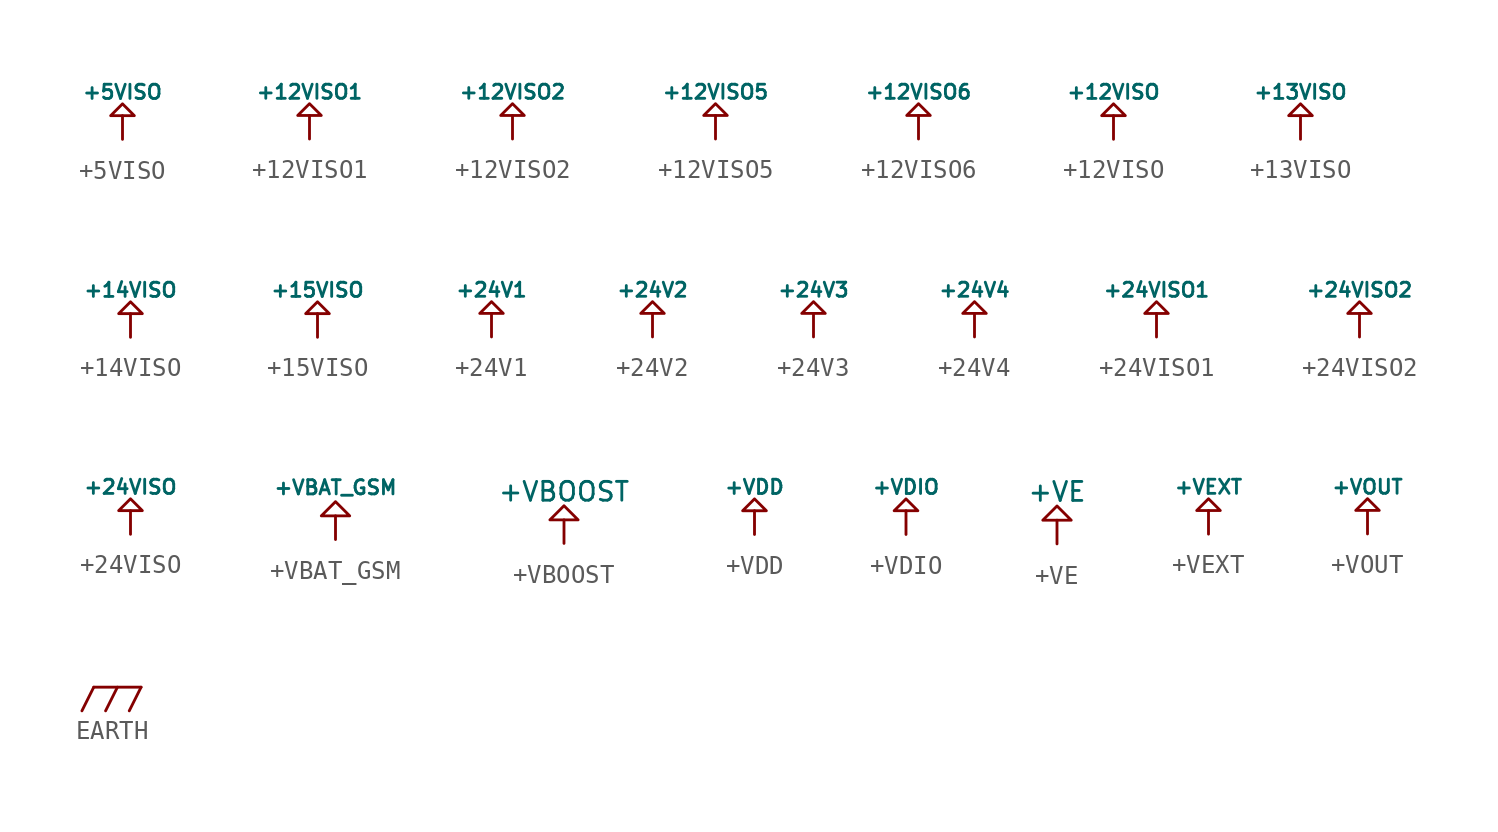
<source format=kicad_sym>
(kicad_symbol_lib
  (version 20201005)
  (generator kicad_symbol_editor)
  (symbol "+5VISO"
    (power)
    (pin_names
      (offset 0))
    (property "Reference" "#PWR"
      (at 0 -1.905 0)
      (effects (font (size 0.762 0.762)) hide))
    (property "Value" "+5VISO"
      (at 0 2.54 0)
      (effects (font (size 0.762 0.762))))
    (property "Footprint" ""
      (at 0 0 0)
      (effects (font (size 1.524 1.524))))
    (property "Datasheet" ""
      (at 0 0 0)
      (effects (font (size 1.524 1.524))))
    (symbol "+5VISO_0_0"
      (pin power_in line (at 0 0 180) (length 0) hide (name "+5VISO" (effects (font (size 0.762 0.762)))) (number "1" (effects (font (size 0.762 0.762))))))
    (symbol "+5VISO_0_1"
      (polyline (pts (xy 0 1.27) (xy 0 0)) (stroke (width 0)) (fill (type none)))
      (polyline (pts (xy 0 1.27) (xy -0.635 1.27) (xy 0 1.905) (xy 0.635 1.27) (xy 0 1.27)) (stroke (width 0)) (fill (type none)))))
  (symbol "+12VISO1"
    (power)
    (pin_names
      (offset 0))
    (property "Reference" "#PWR"
      (at 0 -1.905 0)
      (effects (font (size 0.762 0.762)) hide))
    (property "Value" "+12VISO1"
      (at 0 2.54 0)
      (effects (font (size 0.762 0.762))))
    (property "Footprint" ""
      (at 0 0 0)
      (effects (font (size 1.524 1.524))))
    (property "Datasheet" ""
      (at 0 0 0)
      (effects (font (size 1.524 1.524))))
    (symbol "+12VISO1_0_0"
      (pin power_in line (at 0 0 180) (length 0) hide (name "+12VISO1" (effects (font (size 0.762 0.762)))) (number "1" (effects (font (size 0.762 0.762))))))
    (symbol "+12VISO1_0_1"
      (polyline (pts (xy 0 1.27) (xy 0 0)) (stroke (width 0)) (fill (type none)))
      (polyline (pts (xy 0 1.27) (xy -0.635 1.27) (xy 0 1.905) (xy 0.635 1.27) (xy 0 1.27)) (stroke (width 0)) (fill (type none)))))
  (symbol "+12VISO2"
    (power)
    (pin_names
      (offset 0))
    (property "Reference" "#PWR"
      (at 0 -1.905 0)
      (effects (font (size 0.762 0.762)) hide))
    (property "Value" "+12VISO2"
      (at 0 2.54 0)
      (effects (font (size 0.762 0.762))))
    (property "Footprint" ""
      (at 0 0 0)
      (effects (font (size 1.524 1.524))))
    (property "Datasheet" ""
      (at 0 0 0)
      (effects (font (size 1.524 1.524))))
    (symbol "+12VISO2_0_0"
      (pin power_in line (at 0 0 180) (length 0) hide (name "+12VISO2" (effects (font (size 0.762 0.762)))) (number "1" (effects (font (size 0.762 0.762))))))
    (symbol "+12VISO2_0_1"
      (polyline (pts (xy 0 1.27) (xy 0 0)) (stroke (width 0)) (fill (type none)))
      (polyline (pts (xy 0 1.27) (xy -0.635 1.27) (xy 0 1.905) (xy 0.635 1.27) (xy 0 1.27)) (stroke (width 0)) (fill (type none)))))
  (symbol "+12VISO5"
    (power)
    (pin_names
      (offset 0))
    (property "Reference" "#PWR"
      (at 0 -1.905 0)
      (effects (font (size 0.762 0.762)) hide))
    (property "Value" "+12VISO5"
      (at 0 2.54 0)
      (effects (font (size 0.762 0.762))))
    (property "Footprint" ""
      (at 0 0 0)
      (effects (font (size 1.524 1.524))))
    (property "Datasheet" ""
      (at 0 0 0)
      (effects (font (size 1.524 1.524))))
    (symbol "+12VISO5_0_0"
      (pin power_in line (at 0 0 180) (length 0) hide (name "+12VISO5" (effects (font (size 0.762 0.762)))) (number "1" (effects (font (size 0.762 0.762))))))
    (symbol "+12VISO5_0_1"
      (polyline (pts (xy 0 1.27) (xy 0 0)) (stroke (width 0)) (fill (type none)))
      (polyline (pts (xy 0 1.27) (xy -0.635 1.27) (xy 0 1.905) (xy 0.635 1.27) (xy 0 1.27)) (stroke (width 0)) (fill (type none)))))
  (symbol "+12VISO6"
    (power)
    (pin_names
      (offset 0))
    (property "Reference" "#PWR"
      (at 0 -1.905 0)
      (effects (font (size 0.762 0.762)) hide))
    (property "Value" "+12VISO6"
      (at 0 2.54 0)
      (effects (font (size 0.762 0.762))))
    (property "Footprint" ""
      (at 0 0 0)
      (effects (font (size 1.524 1.524))))
    (property "Datasheet" ""
      (at 0 0 0)
      (effects (font (size 1.524 1.524))))
    (symbol "+12VISO6_0_0"
      (pin power_in line (at 0 0 180) (length 0) hide (name "+12VISO6" (effects (font (size 0.762 0.762)))) (number "1" (effects (font (size 0.762 0.762))))))
    (symbol "+12VISO6_0_1"
      (polyline (pts (xy 0 1.27) (xy 0 0)) (stroke (width 0)) (fill (type none)))
      (polyline (pts (xy 0 1.27) (xy -0.635 1.27) (xy 0 1.905) (xy 0.635 1.27) (xy 0 1.27)) (stroke (width 0)) (fill (type none)))))
  (symbol "+12VISO"
    (power)
    (pin_names
      (offset 0))
    (property "Reference" "#PWR"
      (at 0 -1.905 0)
      (effects (font (size 0.762 0.762)) hide))
    (property "Value" "+12VISO"
      (at 0 2.54 0)
      (effects (font (size 0.762 0.762))))
    (property "Footprint" ""
      (at 0 0 0)
      (effects (font (size 1.524 1.524))))
    (property "Datasheet" ""
      (at 0 0 0)
      (effects (font (size 1.524 1.524))))
    (symbol "+12VISO_0_0"
      (pin power_in line (at 0 0 180) (length 0) hide (name "+12VISO" (effects (font (size 0.762 0.762)))) (number "1" (effects (font (size 0.762 0.762))))))
    (symbol "+12VISO_0_1"
      (polyline (pts (xy 0 1.27) (xy 0 0)) (stroke (width 0)) (fill (type none)))
      (polyline (pts (xy 0 1.27) (xy -0.635 1.27) (xy 0 1.905) (xy 0.635 1.27) (xy 0 1.27)) (stroke (width 0)) (fill (type none)))))
  (symbol "+13VISO"
    (power)
    (pin_names
      (offset 0))
    (property "Reference" "#PWR"
      (at 0 -1.905 0)
      (effects (font (size 0.762 0.762)) hide))
    (property "Value" "+13VISO"
      (at 0 2.54 0)
      (effects (font (size 0.762 0.762))))
    (property "Footprint" ""
      (at 0 0 0)
      (effects (font (size 1.524 1.524))))
    (property "Datasheet" ""
      (at 0 0 0)
      (effects (font (size 1.524 1.524))))
    (symbol "+13VISO_0_0"
      (pin power_in line (at 0 0 180) (length 0) hide (name "+13VISO" (effects (font (size 0.762 0.762)))) (number "1" (effects (font (size 0.762 0.762))))))
    (symbol "+13VISO_0_1"
      (polyline (pts (xy 0 1.27) (xy 0 0)) (stroke (width 0)) (fill (type none)))
      (polyline (pts (xy 0 1.27) (xy -0.635 1.27) (xy 0 1.905) (xy 0.635 1.27) (xy 0 1.27)) (stroke (width 0)) (fill (type none)))))
  (symbol "+14VISO"
    (power)
    (pin_names
      (offset 0))
    (property "Reference" "#PWR"
      (at 0 -1.905 0)
      (effects (font (size 0.762 0.762)) hide))
    (property "Value" "+14VISO"
      (at 0 2.54 0)
      (effects (font (size 0.762 0.762))))
    (property "Footprint" ""
      (at 0 0 0)
      (effects (font (size 1.524 1.524))))
    (property "Datasheet" ""
      (at 0 0 0)
      (effects (font (size 1.524 1.524))))
    (symbol "+14VISO_0_0"
      (pin power_in line (at 0 0 180) (length 0) hide (name "+14VISO" (effects (font (size 0.762 0.762)))) (number "1" (effects (font (size 0.762 0.762))))))
    (symbol "+14VISO_0_1"
      (polyline (pts (xy 0 1.27) (xy 0 0)) (stroke (width 0)) (fill (type none)))
      (polyline (pts (xy 0 1.27) (xy -0.635 1.27) (xy 0 1.905) (xy 0.635 1.27) (xy 0 1.27)) (stroke (width 0)) (fill (type none)))))
  (symbol "+15VISO"
    (power)
    (pin_names
      (offset 0))
    (property "Reference" "#PWR"
      (at 0 -1.905 0)
      (effects (font (size 0.762 0.762)) hide))
    (property "Value" "+15VISO"
      (at 0 2.54 0)
      (effects (font (size 0.762 0.762))))
    (property "Footprint" ""
      (at 0 0 0)
      (effects (font (size 1.524 1.524))))
    (property "Datasheet" ""
      (at 0 0 0)
      (effects (font (size 1.524 1.524))))
    (symbol "+15VISO_0_0"
      (pin power_in line (at 0 0 180) (length 0) hide (name "+15VISO" (effects (font (size 0.762 0.762)))) (number "1" (effects (font (size 0.762 0.762))))))
    (symbol "+15VISO_0_1"
      (polyline (pts (xy 0 1.27) (xy 0 0)) (stroke (width 0)) (fill (type none)))
      (polyline (pts (xy 0 1.27) (xy -0.635 1.27) (xy 0 1.905) (xy 0.635 1.27) (xy 0 1.27)) (stroke (width 0)) (fill (type none)))))
  (symbol "+24V1"
    (power)
    (pin_names
      (offset 0))
    (property "Reference" "#PWR"
      (at 0 -1.905 0)
      (effects (font (size 0.762 0.762)) hide))
    (property "Value" "+24V1"
      (at 0 2.54 0)
      (effects (font (size 0.762 0.762))))
    (property "Footprint" ""
      (at 0 0 0)
      (effects (font (size 1.524 1.524))))
    (property "Datasheet" ""
      (at 0 0 0)
      (effects (font (size 1.524 1.524))))
    (symbol "+24V1_0_0"
      (pin power_in line (at 0 0 180) (length 0) hide (name "+24V1" (effects (font (size 0.762 0.762)))) (number "1" (effects (font (size 0.762 0.762))))))
    (symbol "+24V1_0_1"
      (polyline (pts (xy 0 1.27) (xy 0 0)) (stroke (width 0)) (fill (type none)))
      (polyline (pts (xy 0 1.27) (xy -0.635 1.27) (xy 0 1.905) (xy 0.635 1.27) (xy 0 1.27)) (stroke (width 0)) (fill (type none)))))
  (symbol "+24V2"
    (power)
    (pin_names
      (offset 0))
    (property "Reference" "#PWR"
      (at 0 -1.905 0)
      (effects (font (size 0.762 0.762)) hide))
    (property "Value" "+24V2"
      (at 0 2.54 0)
      (effects (font (size 0.762 0.762))))
    (property "Footprint" ""
      (at 0 0 0)
      (effects (font (size 1.524 1.524))))
    (property "Datasheet" ""
      (at 0 0 0)
      (effects (font (size 1.524 1.524))))
    (symbol "+24V2_0_0"
      (pin power_in line (at 0 0 180) (length 0) hide (name "+24V2" (effects (font (size 0.762 0.762)))) (number "1" (effects (font (size 0.762 0.762))))))
    (symbol "+24V2_0_1"
      (polyline (pts (xy 0 1.27) (xy 0 0)) (stroke (width 0)) (fill (type none)))
      (polyline (pts (xy 0 1.27) (xy -0.635 1.27) (xy 0 1.905) (xy 0.635 1.27) (xy 0 1.27)) (stroke (width 0)) (fill (type none)))))
  (symbol "+24V3"
    (power)
    (pin_names
      (offset 0))
    (property "Reference" "#PWR"
      (at 0 -1.905 0)
      (effects (font (size 0.762 0.762)) hide))
    (property "Value" "+24V3"
      (at 0 2.54 0)
      (effects (font (size 0.762 0.762))))
    (property "Footprint" ""
      (at 0 0 0)
      (effects (font (size 1.524 1.524))))
    (property "Datasheet" ""
      (at 0 0 0)
      (effects (font (size 1.524 1.524))))
    (symbol "+24V3_0_0"
      (pin power_in line (at 0 0 180) (length 0) hide (name "+24V3" (effects (font (size 0.762 0.762)))) (number "1" (effects (font (size 0.762 0.762))))))
    (symbol "+24V3_0_1"
      (polyline (pts (xy 0 1.27) (xy 0 0)) (stroke (width 0)) (fill (type none)))
      (polyline (pts (xy 0 1.27) (xy -0.635 1.27) (xy 0 1.905) (xy 0.635 1.27) (xy 0 1.27)) (stroke (width 0)) (fill (type none)))))
  (symbol "+24V4"
    (power)
    (pin_names
      (offset 0))
    (property "Reference" "#PWR"
      (at 0 -1.905 0)
      (effects (font (size 0.762 0.762)) hide))
    (property "Value" "+24V4"
      (at 0 2.54 0)
      (effects (font (size 0.762 0.762))))
    (property "Footprint" ""
      (at 0 0 0)
      (effects (font (size 1.524 1.524))))
    (property "Datasheet" ""
      (at 0 0 0)
      (effects (font (size 1.524 1.524))))
    (symbol "+24V4_0_0"
      (pin power_in line (at 0 0 180) (length 0) hide (name "+24V4" (effects (font (size 0.762 0.762)))) (number "1" (effects (font (size 0.762 0.762))))))
    (symbol "+24V4_0_1"
      (polyline (pts (xy 0 1.27) (xy 0 0)) (stroke (width 0)) (fill (type none)))
      (polyline (pts (xy 0 1.27) (xy -0.635 1.27) (xy 0 1.905) (xy 0.635 1.27) (xy 0 1.27)) (stroke (width 0)) (fill (type none)))))
  (symbol "+24VISO1"
    (power)
    (pin_names
      (offset 0))
    (property "Reference" "#PWR"
      (at 0 -1.905 0)
      (effects (font (size 0.762 0.762)) hide))
    (property "Value" "+24VISO1"
      (at 0 2.54 0)
      (effects (font (size 0.762 0.762))))
    (property "Footprint" ""
      (at 0 0 0)
      (effects (font (size 1.524 1.524))))
    (property "Datasheet" ""
      (at 0 0 0)
      (effects (font (size 1.524 1.524))))
    (symbol "+24VISO1_0_0"
      (pin power_in line (at 0 0 180) (length 0) hide (name "+24VISO1" (effects (font (size 0.762 0.762)))) (number "1" (effects (font (size 0.762 0.762))))))
    (symbol "+24VISO1_0_1"
      (polyline (pts (xy 0 1.27) (xy 0 0)) (stroke (width 0)) (fill (type none)))
      (polyline (pts (xy 0 1.27) (xy -0.635 1.27) (xy 0 1.905) (xy 0.635 1.27) (xy 0 1.27)) (stroke (width 0)) (fill (type none)))))
  (symbol "+24VISO2"
    (power)
    (pin_names
      (offset 0))
    (property "Reference" "#PWR"
      (at 0 -1.905 0)
      (effects (font (size 0.762 0.762)) hide))
    (property "Value" "+24VISO2"
      (at 0 2.54 0)
      (effects (font (size 0.762 0.762))))
    (property "Footprint" ""
      (at 0 0 0)
      (effects (font (size 1.524 1.524))))
    (property "Datasheet" ""
      (at 0 0 0)
      (effects (font (size 1.524 1.524))))
    (symbol "+24VISO2_0_0"
      (pin power_in line (at 0 0 180) (length 0) hide (name "+24VISO2" (effects (font (size 0.762 0.762)))) (number "1" (effects (font (size 0.762 0.762))))))
    (symbol "+24VISO2_0_1"
      (polyline (pts (xy 0 1.27) (xy 0 0)) (stroke (width 0)) (fill (type none)))
      (polyline (pts (xy 0 1.27) (xy -0.635 1.27) (xy 0 1.905) (xy 0.635 1.27) (xy 0 1.27)) (stroke (width 0)) (fill (type none)))))
  (symbol "+24VISO"
    (power)
    (pin_names
      (offset 0))
    (property "Reference" "#PWR"
      (at 0 -1.905 0)
      (effects (font (size 0.762 0.762)) hide))
    (property "Value" "+24VISO"
      (at 0 2.54 0)
      (effects (font (size 0.762 0.762))))
    (property "Footprint" ""
      (at 0 0 0)
      (effects (font (size 1.524 1.524))))
    (property "Datasheet" ""
      (at 0 0 0)
      (effects (font (size 1.524 1.524))))
    (symbol "+24VISO_0_0"
      (pin power_in line (at 0 0 180) (length 0) hide (name "+24VISO" (effects (font (size 0.762 0.762)))) (number "1" (effects (font (size 0.762 0.762))))))
    (symbol "+24VISO_0_1"
      (polyline (pts (xy 0 1.27) (xy 0 0)) (stroke (width 0)) (fill (type none)))
      (polyline (pts (xy 0 1.27) (xy -0.635 1.27) (xy 0 1.905) (xy 0.635 1.27) (xy 0 1.27)) (stroke (width 0)) (fill (type none)))))
  (symbol "+VBAT_GSM"
    (power)
    (pin_names
      (offset 0))
    (property "Reference" "#PWR"
      (at 0 -1.905 0)
      (effects (font (size 0.762 0.762)) hide))
    (property "Value" "+VBAT_GSM"
      (at 0 2.794 0)
      (effects (font (size 0.762 0.762))))
    (property "Footprint" ""
      (at 0 0 0)
      (effects (font (size 1.524 1.524))))
    (property "Datasheet" ""
      (at 0 0 0)
      (effects (font (size 1.524 1.524))))
    (symbol "+VBAT_GSM_0_0"
      (pin power_in line (at 0 0 180) (length 0) hide (name "+VBAT_GSM" (effects (font (size 0.762 0.762)))) (number "1" (effects (font (size 0.762 0.762))))))
    (symbol "+VBAT_GSM_0_1"
      (polyline (pts (xy 0 1.27) (xy 0 0)) (stroke (width 0)) (fill (type none)))
      (polyline (pts (xy 0 1.27) (xy -0.762 1.27) (xy 0 2.032) (xy 0.762 1.27) (xy 0 1.27)) (stroke (width 0)) (fill (type none)))))
  (symbol "+VBOOST"
    (power)
    (pin_names
      (offset 0))
    (property "Reference" "#PWR"
      (at 0 -1.905 0)
      (effects (font (size 0.762 0.762)) hide))
    (property "Value" "+VBOOST"
      (at 0 2.794 0)
      (effects (font (size 1.016 1.016))))
    (property "Footprint" ""
      (at 0 0 0)
      (effects (font (size 1.524 1.524))))
    (property "Datasheet" ""
      (at 0 0 0)
      (effects (font (size 1.524 1.524))))
    (symbol "+VBOOST_0_0"
      (pin power_in line (at 0 0 180) (length 0) hide (name "+VBOOST" (effects (font (size 0.762 0.762)))) (number "1" (effects (font (size 0.762 0.762))))))
    (symbol "+VBOOST_0_1"
      (polyline (pts (xy 0 1.27) (xy 0 0)) (stroke (width 0)) (fill (type none)))
      (polyline (pts (xy 0 1.27) (xy -0.762 1.27) (xy 0 2.032) (xy 0.762 1.27) (xy 0 1.27)) (stroke (width 0)) (fill (type none)))))
  (symbol "+VDD"
    (power)
    (pin_names
      (offset 0))
    (property "Reference" "#PWR"
      (at 0 -1.905 0)
      (effects (font (size 0.762 0.762)) hide))
    (property "Value" "+VDD"
      (at 0 2.54 0)
      (effects (font (size 0.762 0.762))))
    (property "Footprint" ""
      (at 0 0 0)
      (effects (font (size 1.524 1.524))))
    (property "Datasheet" ""
      (at 0 0 0)
      (effects (font (size 1.524 1.524))))
    (symbol "+VDD_0_0"
      (pin power_in line (at 0 0 180) (length 0) hide (name "+VDD" (effects (font (size 0.762 0.762)))) (number "1" (effects (font (size 0.762 0.762))))))
    (symbol "+VDD_0_1"
      (polyline (pts (xy 0 1.27) (xy 0 0)) (stroke (width 0)) (fill (type none)))
      (polyline (pts (xy 0 1.27) (xy -0.635 1.27) (xy 0 1.905) (xy 0.635 1.27) (xy 0 1.27)) (stroke (width 0)) (fill (type none)))))
  (symbol "+VDIO"
    (power)
    (pin_names
      (offset 0))
    (property "Reference" "#PWR"
      (at 0 -1.905 0)
      (effects (font (size 0.762 0.762)) hide))
    (property "Value" "+VDIO"
      (at 0 2.54 0)
      (effects (font (size 0.762 0.762))))
    (property "Footprint" ""
      (at 0 0 0)
      (effects (font (size 1.524 1.524))))
    (property "Datasheet" ""
      (at 0 0 0)
      (effects (font (size 1.524 1.524))))
    (symbol "+VDIO_0_0"
      (pin power_in line (at 0 0 180) (length 0) hide (name "+VDIO" (effects (font (size 0.762 0.762)))) (number "1" (effects (font (size 0.762 0.762))))))
    (symbol "+VDIO_0_1"
      (polyline (pts (xy 0 1.27) (xy 0 0)) (stroke (width 0)) (fill (type none)))
      (polyline (pts (xy 0 1.27) (xy -0.635 1.27) (xy 0 1.905) (xy 0.635 1.27) (xy 0 1.27)) (stroke (width 0)) (fill (type none)))))
  (symbol "+VE"
    (power)
    (pin_names
      (offset 0))
    (property "Reference" "#PWR"
      (at 0 -1.905 0)
      (effects (font (size 0.762 0.762)) hide))
    (property "Value" "+VE"
      (at 0 2.794 0)
      (effects (font (size 1.016 1.016))))
    (property "Footprint" ""
      (at 0 0 0)
      (effects (font (size 1.524 1.524))))
    (property "Datasheet" ""
      (at 0 0 0)
      (effects (font (size 1.524 1.524))))
    (symbol "+VE_0_0"
      (pin power_in line (at 0 0 180) (length 0) hide (name "+VE" (effects (font (size 0.762 0.762)))) (number "1" (effects (font (size 0.762 0.762))))))
    (symbol "+VE_0_1"
      (polyline (pts (xy 0 1.27) (xy 0 0)) (stroke (width 0)) (fill (type none)))
      (polyline (pts (xy 0 1.27) (xy -0.762 1.27) (xy 0 2.032) (xy 0.762 1.27) (xy 0 1.27)) (stroke (width 0)) (fill (type none)))))
  (symbol "+VEXT"
    (power)
    (pin_names
      (offset 0))
    (property "Reference" "#PWR"
      (at 0 -1.905 0)
      (effects (font (size 0.762 0.762)) hide))
    (property "Value" "+VEXT"
      (at 0 2.54 0)
      (effects (font (size 0.762 0.762))))
    (property "Footprint" ""
      (at 0 0 0)
      (effects (font (size 1.524 1.524))))
    (property "Datasheet" ""
      (at 0 0 0)
      (effects (font (size 1.524 1.524))))
    (symbol "+VEXT_0_0"
      (pin power_in line (at 0 0 180) (length 0) hide (name "+VEXT" (effects (font (size 0.762 0.762)))) (number "1" (effects (font (size 0.762 0.762))))))
    (symbol "+VEXT_0_1"
      (polyline (pts (xy 0 1.27) (xy 0 0)) (stroke (width 0)) (fill (type none)))
      (polyline (pts (xy 0 1.27) (xy -0.635 1.27) (xy 0 1.905) (xy 0.635 1.27) (xy 0 1.27)) (stroke (width 0)) (fill (type none)))))
  (symbol "+VOUT"
    (power)
    (pin_names
      (offset 0))
    (property "Reference" "#PWR"
      (at 0 -1.905 0)
      (effects (font (size 0.762 0.762)) hide))
    (property "Value" "+VOUT"
      (at 0 2.54 0)
      (effects (font (size 0.762 0.762))))
    (property "Footprint" ""
      (at 0 0 0)
      (effects (font (size 1.524 1.524))))
    (property "Datasheet" ""
      (at 0 0 0)
      (effects (font (size 1.524 1.524))))
    (symbol "+VOUT_0_0"
      (pin power_in line (at 0 0 180) (length 0) hide (name "+VOUT" (effects (font (size 0.762 0.762)))) (number "1" (effects (font (size 0.762 0.762))))))
    (symbol "+VOUT_0_1"
      (polyline (pts (xy 0 1.27) (xy 0 0)) (stroke (width 0)) (fill (type none)))
      (polyline (pts (xy 0 1.27) (xy -0.635 1.27) (xy 0 1.905) (xy 0.635 1.27) (xy 0 1.27)) (stroke (width 0)) (fill (type none)))))
  (symbol "EARTH"
    (power)
    (pin_numbers hide)
    (pin_names
      (offset 1.016) hide)
    (property "Reference" "#PWR"
      (at 0 0 0)
      (effects (font (size 0.762 0.762)) hide))
    (property "Footprint" ""
      (at 0 0 0)
      (effects (font (size 1.524 1.524))))
    (property "Datasheet" ""
      (at 0 0 0)
      (effects (font (size 1.524 1.524))))
    (symbol "EARTH_0_1"
      (polyline (pts (xy -1.27 0) (xy -1.905 -1.27)) (stroke (width 0)) (fill (type none)))
      (polyline (pts (xy -1.27 0) (xy 1.27 0)) (stroke (width 0)) (fill (type none)))
      (polyline (pts (xy 0 0) (xy -0.635 -1.27)) (stroke (width 0)) (fill (type none)))
      (polyline (pts (xy 1.27 0) (xy 0.635 -1.27)) (stroke (width 0)) (fill (type none))))
    (symbol "EARTH_1_1"
      (pin power_in line (at 0 0 90) (length 0) hide (name "EARTH" (effects (font (size 0.762 0.762)))) (number "1" (effects (font (size 0.762 0.762))))))))
</source>
